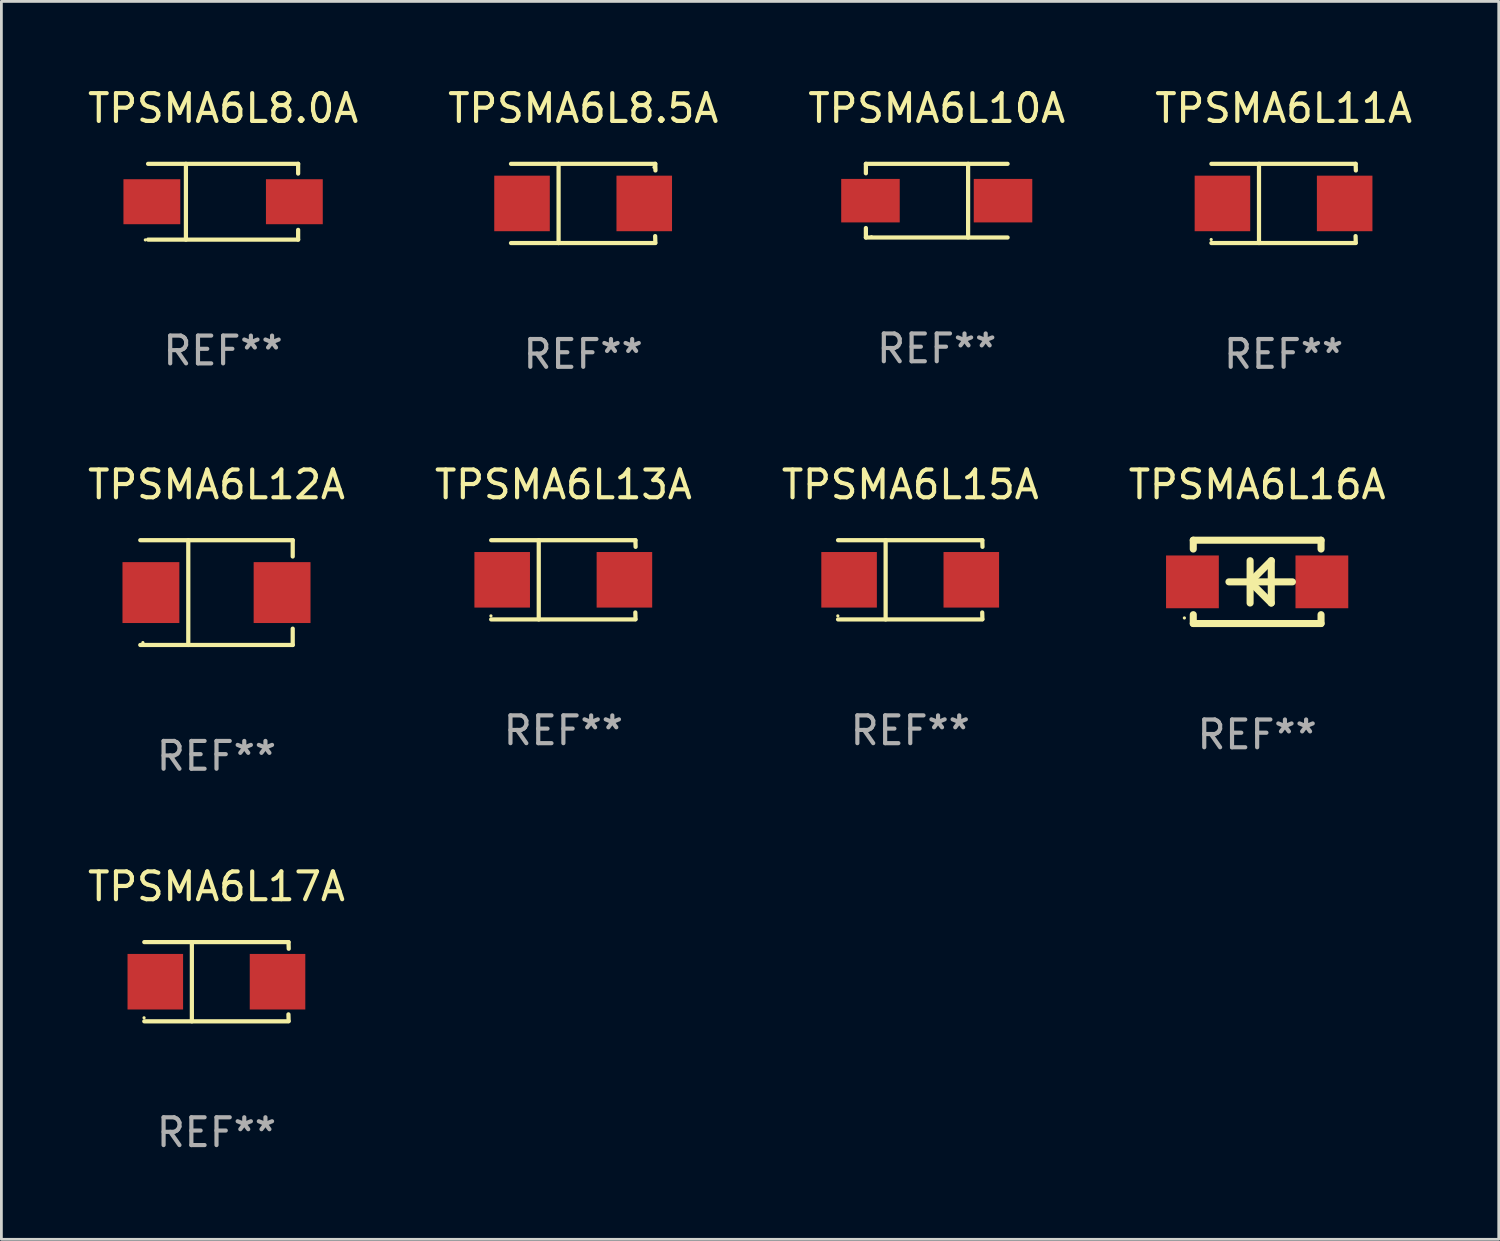
<source format=kicad_pcb>
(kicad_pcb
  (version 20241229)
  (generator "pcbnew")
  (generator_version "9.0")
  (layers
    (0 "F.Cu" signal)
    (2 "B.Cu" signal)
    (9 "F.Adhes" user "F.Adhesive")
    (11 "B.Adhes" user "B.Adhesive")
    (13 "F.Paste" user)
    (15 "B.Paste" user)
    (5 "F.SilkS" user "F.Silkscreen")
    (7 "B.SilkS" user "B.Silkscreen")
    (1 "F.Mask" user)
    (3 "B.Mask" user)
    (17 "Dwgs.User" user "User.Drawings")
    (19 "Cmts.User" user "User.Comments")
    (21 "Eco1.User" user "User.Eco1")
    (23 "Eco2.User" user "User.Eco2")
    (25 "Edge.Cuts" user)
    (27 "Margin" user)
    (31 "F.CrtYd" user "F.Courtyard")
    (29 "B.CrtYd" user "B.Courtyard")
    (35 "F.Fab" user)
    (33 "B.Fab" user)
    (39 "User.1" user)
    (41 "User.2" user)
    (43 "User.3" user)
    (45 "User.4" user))
  (footprint "TPSMA6L17A"
    (layer "F.Cu")
    (at 4.744 32.292)
    (property "Reference" "TPSMA6L17A" (at 0 -3.426 0) (layer "F.SilkS") (effects (font (size 1 1) (thickness 0.15))))
    (attr through_hole)
    (fp_line (start -2.6 -1.426) (end 2.593 -1.426) (stroke (width 0.152) (type solid)) (layer "F.SilkS"))
    (fp_line (start -2.6 1.426) (end 2.593 1.426) (stroke (width 0.152) (type solid)) (layer "F.SilkS"))
    (fp_line (start -0.887 -1.426) (end -0.887 1.426) (stroke (width 0.152) (type solid)) (layer "F.SilkS"))
    (fp_line (start 2.59 1.176) (end 2.597 1.415) (stroke (width 0.152) (type solid)) (layer "F.SilkS"))
    (fp_line (start 2.593 -1.426) (end 2.6 -1.187) (stroke (width 0.152) (type solid)) (layer "F.SilkS"))
    (fp_circle (center -2.608 1.3) (end -2.578 1.3) (stroke (width 0.06) (type solid)) (fill no) (layer "F.SilkS"))
    (fp_text user "REF**" (at 0 5.426 0) (layer "F.Fab") (effects (font (size 1 1) (thickness 0.15))))
    (pad "1" smd rect (at -2.203 0 180) (size 2 2) (layers "F.Cu" "F.Mask" "F.Paste"))
    (pad "2" smd rect (at 2.197 0 180) (size 2 2) (layers "F.Cu" "F.Mask" "F.Paste")))
  (footprint "TPSMA6L10A"
    (layer "F.Cu")
    (at 30.673 4.174)
    (property "Reference" "TPSMA6L10A" (at 0 -3.326 0) (layer "F.SilkS") (effects (font (size 1 1) (thickness 0.15))))
    (attr through_hole)
    (fp_line (start -2.551 -1.326) (end -2.551 -0.986) (stroke (width 0.152) (type solid)) (layer "F.SilkS"))
    (fp_line (start -2.551 1.326) (end -2.551 0.986) (stroke (width 0.152) (type solid)) (layer "F.SilkS"))
    (fp_line (start 1.129 1.326) (end 1.129 -1.326) (stroke (width 0.152) (type solid)) (layer "F.SilkS"))
    (fp_line (start 2.551 -1.326) (end -2.551 -1.326) (stroke (width 0.152) (type solid)) (layer "F.SilkS"))
    (fp_line (start 2.551 1.326) (end -2.551 1.326) (stroke (width 0.152) (type solid)) (layer "F.SilkS"))
    (fp_circle (center -2.35 1.3) (end -2.32 1.3) (stroke (width 0.06) (type solid)) (fill no) (layer "F.SilkS"))
    (fp_text user "REF**" (at 0 5.326 0) (layer "F.Fab") (effects (font (size 1 1) (thickness 0.15))))
    (pad "1" smd rect (at -2.386 0) (size 2.107 1.566) (layers "F.Cu" "F.Mask" "F.Paste"))
    (pad "2" smd rect (at 2.386 0) (size 2.107 1.566) (layers "F.Cu" "F.Mask" "F.Paste")))
  (footprint "TPSMA6L11A"
    (layer "F.Cu")
    (at 43.161 4.274)
    (property "Reference" "TPSMA6L11A" (at 0 -3.426 0) (layer "F.SilkS") (effects (font (size 1 1) (thickness 0.15))))
    (attr through_hole)
    (fp_line (start -2.6 -1.426) (end 2.593 -1.426) (stroke (width 0.152) (type solid)) (layer "F.SilkS"))
    (fp_line (start -2.6 1.426) (end 2.593 1.426) (stroke (width 0.152) (type solid)) (layer "F.SilkS"))
    (fp_line (start -0.887 -1.426) (end -0.887 1.426) (stroke (width 0.152) (type solid)) (layer "F.SilkS"))
    (fp_line (start 2.59 1.176) (end 2.597 1.415) (stroke (width 0.152) (type solid)) (layer "F.SilkS"))
    (fp_line (start 2.593 -1.426) (end 2.6 -1.187) (stroke (width 0.152) (type solid)) (layer "F.SilkS"))
    (fp_circle (center -2.608 1.3) (end -2.578 1.3) (stroke (width 0.06) (type solid)) (fill no) (layer "F.SilkS"))
    (fp_text user "REF**" (at 0 5.426 0) (layer "F.Fab") (effects (font (size 1 1) (thickness 0.15))))
    (pad "1" smd rect (at -2.203 0 180) (size 2 2) (layers "F.Cu" "F.Mask" "F.Paste"))
    (pad "2" smd rect (at 2.197 0 180) (size 2 2) (layers "F.Cu" "F.Mask" "F.Paste")))
  (footprint "TPSMA6L8.5A"
    (layer "F.Cu")
    (at 17.946 4.274)
    (property "Reference" "TPSMA6L8.5A" (at 0 -3.426 0) (layer "F.SilkS") (effects (font (size 1 1) (thickness 0.15))))
    (attr through_hole)
    (fp_line (start -2.6 -1.426) (end 2.593 -1.426) (stroke (width 0.152) (type solid)) (layer "F.SilkS"))
    (fp_line (start -2.6 1.426) (end 2.593 1.426) (stroke (width 0.152) (type solid)) (layer "F.SilkS"))
    (fp_line (start -0.887 -1.426) (end -0.887 1.426) (stroke (width 0.152) (type solid)) (layer "F.SilkS"))
    (fp_line (start 2.59 1.176) (end 2.597 1.415) (stroke (width 0.152) (type solid)) (layer "F.SilkS"))
    (fp_line (start 2.593 -1.426) (end 2.6 -1.187) (stroke (width 0.152) (type solid)) (layer "F.SilkS"))
    (fp_circle (center 2.547 -1.3) (end 2.577 -1.3) (stroke (width 0.06) (type solid)) (fill no) (layer "F.SilkS"))
    (fp_text user "REF**" (at 0 5.426 0) (layer "F.Fab") (effects (font (size 1 1) (thickness 0.15))))
    (pad "1" smd rect (at 2.197 -0.000025 180) (size 2 2) (layers "F.Cu" "F.Mask" "F.Paste"))
    (pad "2" smd rect (at -2.203 -0.000025 180) (size 2 2) (layers "F.Cu" "F.Mask" "F.Paste")))
  (footprint "TPSMA6L12A"
    (layer "F.Cu")
    (at 4.744 18.283)
    (property "Reference" "TPSMA6L12A" (at 0 -3.886 0) (layer "F.SilkS") (effects (font (size 1 1) (thickness 0.15))))
    (attr through_hole)
    (fp_line (start -2.744 -1.886) (end 2.744 -1.886) (stroke (width 0.152) (type solid)) (layer "F.SilkS"))
    (fp_line (start -2.744 1.886) (end 2.744 1.886) (stroke (width 0.152) (type solid)) (layer "F.SilkS"))
    (fp_line (start -1.016 -1.886) (end -1.016 1.886) (stroke (width 0.152) (type solid)) (layer "F.SilkS"))
    (fp_line (start 2.744 -1.886) (end 2.744 -1.299) (stroke (width 0.152) (type solid)) (layer "F.SilkS"))
    (fp_line (start 2.744 1.886) (end 2.744 1.299) (stroke (width 0.152) (type solid)) (layer "F.SilkS"))
    (fp_circle (center -2.65 1.8) (end -2.62 1.8) (stroke (width 0.06) (type solid)) (fill no) (layer "F.SilkS"))
    (fp_text user "REF**" (at 0 5.886 0) (layer "F.Fab") (effects (font (size 1 1) (thickness 0.15))))
    (pad "1" smd rect (at -2.361 0) (size 2.047 2.192) (layers "F.Cu" "F.Mask" "F.Paste"))
    (pad "2" smd rect (at 2.361 0) (size 2.047 2.192) (layers "F.Cu" "F.Mask" "F.Paste")))
  (footprint "TPSMA6L13A"
    (layer "F.Cu")
    (at 17.232 17.823)
    (property "Reference" "TPSMA6L13A" (at 0 -3.426 0) (layer "F.SilkS") (effects (font (size 1 1) (thickness 0.15))))
    (attr through_hole)
    (fp_line (start -2.6 -1.426) (end 2.593 -1.426) (stroke (width 0.152) (type solid)) (layer "F.SilkS"))
    (fp_line (start -2.6 1.426) (end 2.593 1.426) (stroke (width 0.152) (type solid)) (layer "F.SilkS"))
    (fp_line (start -0.887 -1.426) (end -0.887 1.426) (stroke (width 0.152) (type solid)) (layer "F.SilkS"))
    (fp_line (start 2.59 1.176) (end 2.597 1.415) (stroke (width 0.152) (type solid)) (layer "F.SilkS"))
    (fp_line (start 2.593 -1.426) (end 2.6 -1.187) (stroke (width 0.152) (type solid)) (layer "F.SilkS"))
    (fp_circle (center -2.608 1.3) (end -2.578 1.3) (stroke (width 0.06) (type solid)) (fill no) (layer "F.SilkS"))
    (fp_text user "REF**" (at 0 5.426 0) (layer "F.Fab") (effects (font (size 1 1) (thickness 0.15))))
    (pad "1" smd rect (at -2.203 0 180) (size 2 2) (layers "F.Cu" "F.Mask" "F.Paste"))
    (pad "2" smd rect (at 2.197 0 180) (size 2 2) (layers "F.Cu" "F.Mask" "F.Paste")))
  (footprint "TPSMA6L8.0A"
    (layer "F.Cu")
    (at 4.982 4.212)
    (property "Reference" "TPSMA6L8.0A" (at 0 -3.364 0) (layer "F.SilkS") (effects (font (size 1 1) (thickness 0.15))))
    (attr through_hole)
    (fp_line (start -2.701 -1.364) (end 2.701 -1.364) (stroke (width 0.152) (type solid)) (layer "F.SilkS"))
    (fp_line (start -2.701 1.364) (end 2.701 1.364) (stroke (width 0.152) (type solid)) (layer "F.SilkS"))
    (fp_line (start -1.339 -1.364) (end -1.339 1.364) (stroke (width 0.152) (type solid)) (layer "F.SilkS"))
    (fp_line (start 2.701 -1.364) (end 2.701 -1.013) (stroke (width 0.152) (type solid)) (layer "F.SilkS"))
    (fp_line (start 2.701 1.364) (end 2.701 1.013) (stroke (width 0.152) (type solid)) (layer "F.SilkS"))
    (fp_circle (center -2.8 1.375) (end -2.77 1.375) (stroke (width 0.06) (type solid)) (fill no) (layer "F.SilkS"))
    (fp_text user "REF**" (at 0 5.364 0) (layer "F.Fab") (effects (font (size 1 1) (thickness 0.15))))
    (pad "1" smd rect (at -2.565 -0.000025) (size 2.046 1.62) (layers "F.Cu" "F.Mask" "F.Paste"))
    (pad "2" smd rect (at 2.565 -0.000025) (size 2.046 1.62) (layers "F.Cu" "F.Mask" "F.Paste")))
  (footprint "TPSMA6L15A"
    (layer "F.Cu")
    (at 29.72 17.823)
    (property "Reference" "TPSMA6L15A" (at 0 -3.426 0) (layer "F.SilkS") (effects (font (size 1 1) (thickness 0.15))))
    (attr through_hole)
    (fp_line (start -2.6 -1.426) (end 2.593 -1.426) (stroke (width 0.152) (type solid)) (layer "F.SilkS"))
    (fp_line (start -2.6 1.426) (end 2.593 1.426) (stroke (width 0.152) (type solid)) (layer "F.SilkS"))
    (fp_line (start -0.887 -1.426) (end -0.887 1.426) (stroke (width 0.152) (type solid)) (layer "F.SilkS"))
    (fp_line (start 2.59 1.176) (end 2.597 1.415) (stroke (width 0.152) (type solid)) (layer "F.SilkS"))
    (fp_line (start 2.593 -1.426) (end 2.6 -1.187) (stroke (width 0.152) (type solid)) (layer "F.SilkS"))
    (fp_circle (center -2.608 1.3) (end -2.578 1.3) (stroke (width 0.06) (type solid)) (fill no) (layer "F.SilkS"))
    (fp_text user "REF**" (at 0 5.426 0) (layer "F.Fab") (effects (font (size 1 1) (thickness 0.15))))
    (pad "1" smd rect (at -2.203 0 180) (size 2 2) (layers "F.Cu" "F.Mask" "F.Paste"))
    (pad "2" smd rect (at 2.197 0 180) (size 2 2) (layers "F.Cu" "F.Mask" "F.Paste")))
  (footprint "TPSMA6L16A"
    (layer "F.Cu")
    (at 42.208 17.897)
    (property "Reference" "TPSMA6L16A" (at 0 -3.5 0) (layer "F.SilkS") (effects (font (size 1 1) (thickness 0.15))))
    (attr through_hole)
    (fp_line (start -2.3 -1.5) (end -2.3 -1.181) (stroke (width 0.254) (type solid)) (layer "F.SilkS"))
    (fp_line (start -2.3 -1.5) (end 2.3 -1.5) (stroke (width 0.254) (type solid)) (layer "F.SilkS"))
    (fp_line (start -2.3 1.181) (end -2.3 1.5) (stroke (width 0.254) (type solid)) (layer "F.SilkS"))
    (fp_line (start -0.254 0) (end 0.508 0.762) (stroke (width 0.254) (type solid)) (layer "F.SilkS"))
    (fp_line (start -0.254 0.762) (end -0.254 -0.762) (stroke (width 0.254) (type solid)) (layer "F.SilkS"))
    (fp_line (start 0.508 -0.762) (end -0.254 0) (stroke (width 0.254) (type solid)) (layer "F.SilkS"))
    (fp_line (start 0.508 0.762) (end 0.508 -0.762) (stroke (width 0.254) (type solid)) (layer "F.SilkS"))
    (fp_line (start 1.27 0) (end -1.016 0) (stroke (width 0.254) (type solid)) (layer "F.SilkS"))
    (fp_line (start 2.3 -1.5) (end 2.3 -1.181) (stroke (width 0.254) (type solid)) (layer "F.SilkS"))
    (fp_line (start 2.3 1.181) (end 2.3 1.5) (stroke (width 0.254) (type solid)) (layer "F.SilkS"))
    (fp_line (start 2.3 1.5) (end -2.3 1.5) (stroke (width 0.254) (type solid)) (layer "F.SilkS"))
    (fp_circle (center -2.62 1.3) (end -2.59 1.3) (stroke (width 0.06) (type solid)) (fill no) (layer "F.SilkS"))
    (fp_text user "REF**" (at 0 5.5 0) (layer "F.Fab") (effects (font (size 1 1) (thickness 0.15))))
    (pad "1" smd rect (at -2.33 0 270) (size 1.9 1.9) (layers "F.Cu" "F.Mask" "F.Paste"))
    (pad "2" smd rect (at 2.33 0 270) (size 1.9 1.9) (layers "F.Cu" "F.Mask" "F.Paste")))
  (gr_rect
    (start -3 -3)
    (end 50.905 41.567)
    (stroke (width 0.1) (type default))
    (fill no)
    (layer "Edge.Cuts")))
</source>
